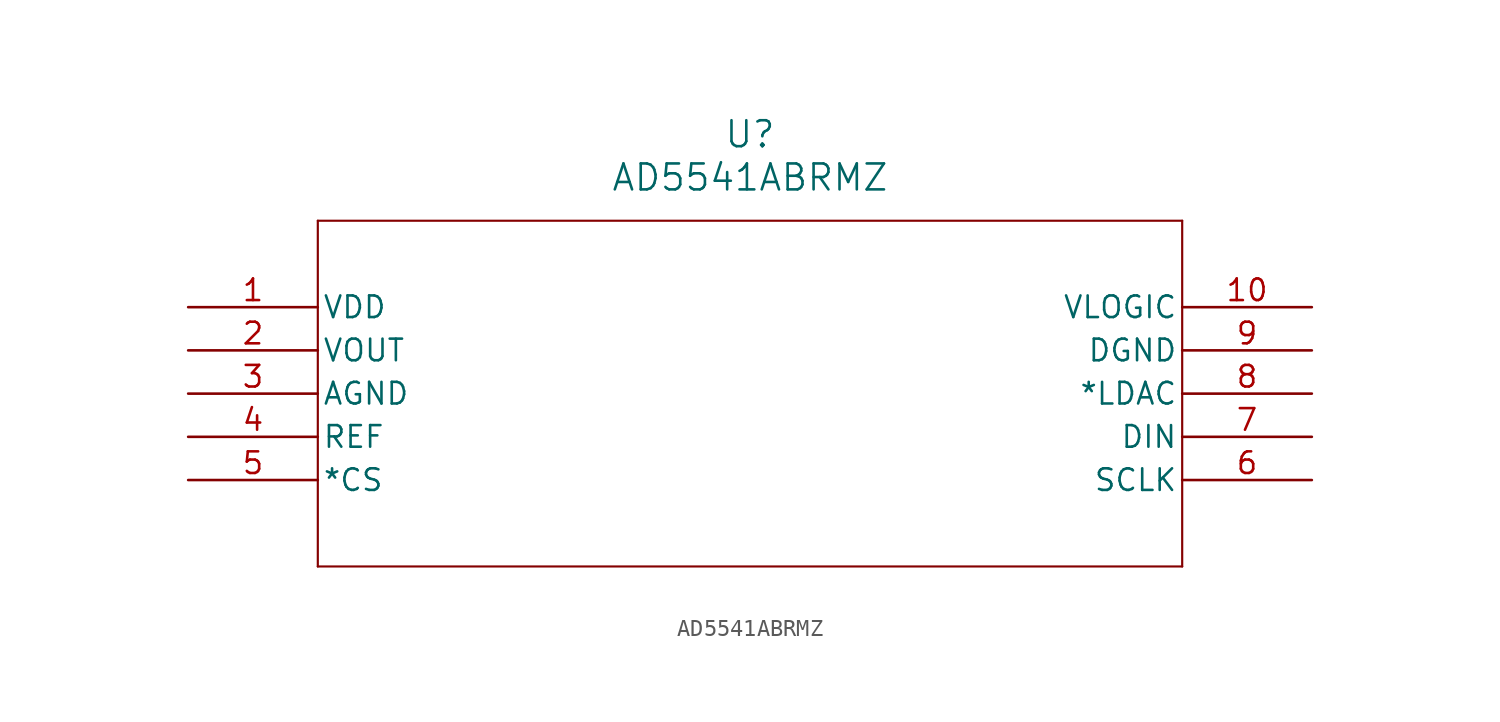
<source format=kicad_sym>
(kicad_symbol_lib
  (version 20211014)
  (generator kicad_symbol_editor)
  (symbol "AD5541ABRMZ"
    (pin_names
      (offset 0.254))
    (property "Reference" "U"
      (at 33.02 10.16 0)
      (effects (font (size 1.524 1.524))))
    (property "Value" "AD5541ABRMZ"
      (at 33.02 7.62 0)
      (effects (font (size 1.524 1.524))))
    (symbol "AD5541ABRMZ_0_1"
      (polyline (pts (xy 7.62 5.08) (xy 7.62 -15.24)) (stroke (width 0.127) (type default) (color 0 0 0 0)) (fill (type none)))
      (polyline (pts (xy 7.62 -15.24) (xy 58.42 -15.24)) (stroke (width 0.127) (type default) (color 0 0 0 0)) (fill (type none)))
      (polyline (pts (xy 58.42 -15.24) (xy 58.42 5.08)) (stroke (width 0.127) (type default) (color 0 0 0 0)) (fill (type none)))
      (polyline (pts (xy 58.42 5.08) (xy 7.62 5.08)) (stroke (width 0.127) (type default) (color 0 0 0 0)) (fill (type none)))
      (pin power_in line (at 0 0 0) (length 7.62) (name "VDD" (effects (font (size 1.27 1.27)))) (number "1" (effects (font (size 1.27 1.27)))))
      (pin output line (at 0 -2.54 0) (length 7.62) (name "VOUT" (effects (font (size 1.27 1.27)))) (number "2" (effects (font (size 1.27 1.27)))))
      (pin power_in line (at 0 -5.08 0) (length 7.62) (name "AGND" (effects (font (size 1.27 1.27)))) (number "3" (effects (font (size 1.27 1.27)))))
      (pin input line (at 0 -7.62 0) (length 7.62) (name "REF" (effects (font (size 1.27 1.27)))) (number "4" (effects (font (size 1.27 1.27)))))
      (pin input line (at 0 -10.16 0) (length 7.62) (name "*CS" (effects (font (size 1.27 1.27)))) (number "5" (effects (font (size 1.27 1.27)))))
      (pin input line (at 66.04 -10.16 180) (length 7.62) (name "SCLK" (effects (font (size 1.27 1.27)))) (number "6" (effects (font (size 1.27 1.27)))))
      (pin input line (at 66.04 -7.62 180) (length 7.62) (name "DIN" (effects (font (size 1.27 1.27)))) (number "7" (effects (font (size 1.27 1.27)))))
      (pin input line (at 66.04 -5.08 180) (length 7.62) (name "*LDAC" (effects (font (size 1.27 1.27)))) (number "8" (effects (font (size 1.27 1.27)))))
      (pin power_in line (at 66.04 -2.54 180) (length 7.62) (name "DGND" (effects (font (size 1.27 1.27)))) (number "9" (effects (font (size 1.27 1.27)))))
      (pin power_in line (at 66.04 0 180) (length 7.62) (name "VLOGIC" (effects (font (size 1.27 1.27)))) (number "10" (effects (font (size 1.27 1.27))))))))
</source>
